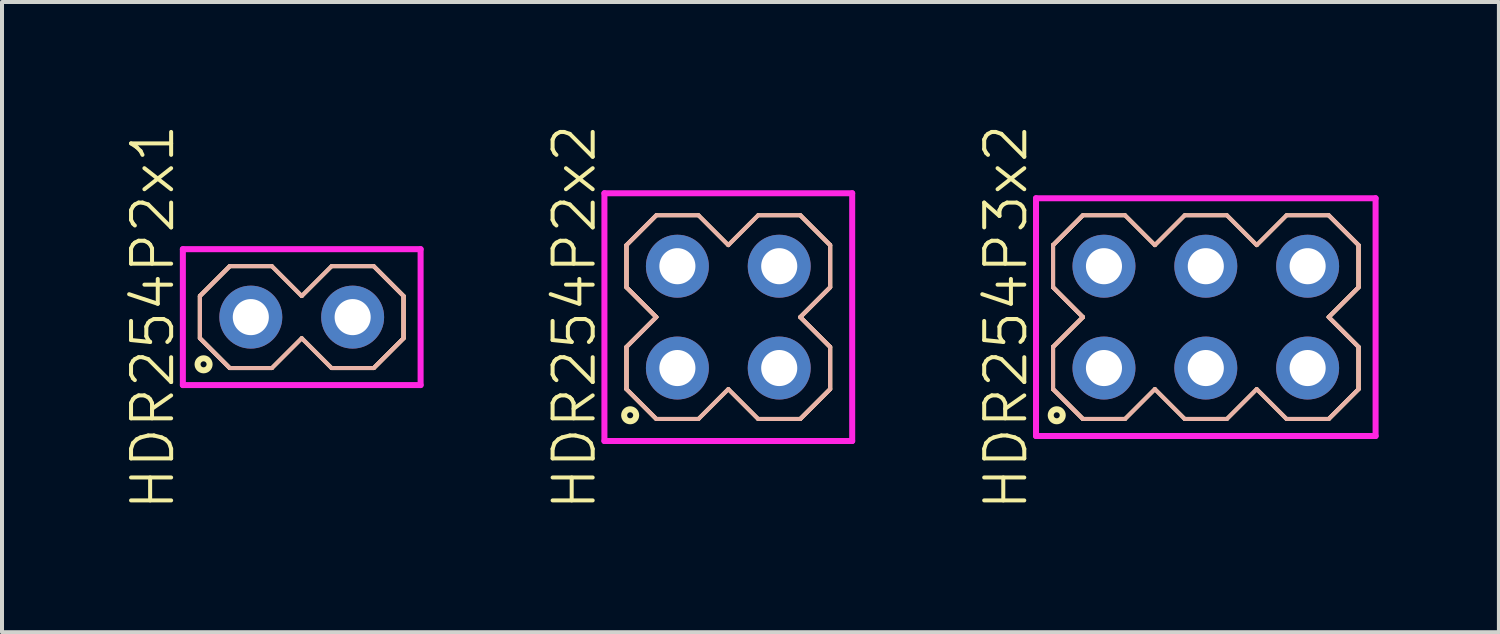
<source format=kicad_pcb>
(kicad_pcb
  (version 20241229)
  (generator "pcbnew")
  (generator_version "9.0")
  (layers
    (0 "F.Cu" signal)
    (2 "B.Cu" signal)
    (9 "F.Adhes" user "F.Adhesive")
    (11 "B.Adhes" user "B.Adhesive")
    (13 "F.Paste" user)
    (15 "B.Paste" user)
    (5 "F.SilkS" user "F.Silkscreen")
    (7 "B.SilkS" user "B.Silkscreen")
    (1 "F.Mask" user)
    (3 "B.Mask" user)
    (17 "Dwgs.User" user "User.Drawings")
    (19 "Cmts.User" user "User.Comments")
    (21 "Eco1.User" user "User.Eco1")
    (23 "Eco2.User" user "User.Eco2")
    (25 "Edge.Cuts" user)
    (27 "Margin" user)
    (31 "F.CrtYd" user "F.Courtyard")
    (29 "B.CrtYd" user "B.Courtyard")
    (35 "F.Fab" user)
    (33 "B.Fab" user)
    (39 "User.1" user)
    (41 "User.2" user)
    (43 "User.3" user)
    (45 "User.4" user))
  (footprint "HDR254P2x1"
    (layer "F.Cu")
    (at 4.476 4.86)
    (property "Reference" "HDR254P2x1" (at -3.715 0 90) (layer "F.SilkS") (effects (font (size 1 1) (thickness 0.1))))
    (attr through_hole)
    (fp_line (start -2.54 -0.526) (end -1.796 -1.27) (stroke (width 0.1) (type solid)) (layer "F.SilkS"))
    (fp_line (start -2.54 -0.526) (end -1.796 -1.27) (stroke (width 0.1) (type solid)) (layer "F.SilkS"))
    (fp_line (start -2.54 0.526) (end -2.54 -0.526) (stroke (width 0.1) (type solid)) (layer "F.SilkS"))
    (fp_line (start -2.54 0.526) (end -2.54 -0.526) (stroke (width 0.1) (type solid)) (layer "F.SilkS"))
    (fp_line (start -1.796 -1.27) (end -0.744 -1.27) (stroke (width 0.1) (type solid)) (layer "F.SilkS"))
    (fp_line (start -1.796 1.27) (end -2.54 0.526) (stroke (width 0.1) (type solid)) (layer "F.SilkS"))
    (fp_line (start -1.796 1.27) (end -2.54 0.526) (stroke (width 0.1) (type solid)) (layer "F.SilkS"))
    (fp_line (start -0.744 -1.27) (end 0 -0.526) (stroke (width 0.1) (type solid)) (layer "F.SilkS"))
    (fp_line (start -0.744 1.27) (end -1.796 1.27) (stroke (width 0.1) (type solid)) (layer "F.SilkS"))
    (fp_line (start 0 -0.526) (end 0.744 -1.27) (stroke (width 0.1) (type solid)) (layer "F.SilkS"))
    (fp_line (start 0 0.526) (end -0.744 1.27) (stroke (width 0.1) (type solid)) (layer "F.SilkS"))
    (fp_line (start 0.744 -1.27) (end 1.796 -1.27) (stroke (width 0.1) (type solid)) (layer "F.SilkS"))
    (fp_line (start 0.744 1.27) (end 0 0.526) (stroke (width 0.1) (type solid)) (layer "F.SilkS"))
    (fp_line (start 1.796 -1.27) (end 2.54 -0.526) (stroke (width 0.1) (type solid)) (layer "F.SilkS"))
    (fp_line (start 1.796 -1.27) (end 2.54 -0.526) (stroke (width 0.1) (type solid)) (layer "F.SilkS"))
    (fp_line (start 1.796 1.27) (end 0.744 1.27) (stroke (width 0.1) (type solid)) (layer "F.SilkS"))
    (fp_line (start 2.54 -0.526) (end 2.54 0.526) (stroke (width 0.1) (type solid)) (layer "F.SilkS"))
    (fp_line (start 2.54 -0.526) (end 2.54 0.526) (stroke (width 0.1) (type solid)) (layer "F.SilkS"))
    (fp_line (start 2.54 0.526) (end 1.796 1.27) (stroke (width 0.1) (type solid)) (layer "F.SilkS"))
    (fp_line (start 2.54 0.526) (end 1.796 1.27) (stroke (width 0.1) (type solid)) (layer "F.SilkS"))
    (fp_circle (center -2.448 1.177) (end -2.298 1.177) (stroke (width 0.15) (type solid)) (fill no) (layer "F.SilkS"))
    (fp_line (start -2.54 -0.526) (end -1.796 -1.27) (stroke (width 0.1) (type solid)) (layer "B.SilkS"))
    (fp_line (start -2.54 -0.526) (end -1.796 -1.27) (stroke (width 0.1) (type solid)) (layer "B.SilkS"))
    (fp_line (start -2.54 0.526) (end -2.54 -0.526) (stroke (width 0.1) (type solid)) (layer "B.SilkS"))
    (fp_line (start -2.54 0.526) (end -2.54 -0.526) (stroke (width 0.1) (type solid)) (layer "B.SilkS"))
    (fp_line (start -1.796 -1.27) (end -0.744 -1.27) (stroke (width 0.1) (type solid)) (layer "B.SilkS"))
    (fp_line (start -1.796 1.27) (end -2.54 0.526) (stroke (width 0.1) (type solid)) (layer "B.SilkS"))
    (fp_line (start -1.796 1.27) (end -2.54 0.526) (stroke (width 0.1) (type solid)) (layer "B.SilkS"))
    (fp_line (start -0.744 -1.27) (end 0 -0.526) (stroke (width 0.1) (type solid)) (layer "B.SilkS"))
    (fp_line (start -0.744 1.27) (end -1.796 1.27) (stroke (width 0.1) (type solid)) (layer "B.SilkS"))
    (fp_line (start 0 -0.526) (end 0.744 -1.27) (stroke (width 0.1) (type solid)) (layer "B.SilkS"))
    (fp_line (start 0 0.526) (end -0.744 1.27) (stroke (width 0.1) (type solid)) (layer "B.SilkS"))
    (fp_line (start 0.744 -1.27) (end 1.796 -1.27) (stroke (width 0.1) (type solid)) (layer "B.SilkS"))
    (fp_line (start 0.744 1.27) (end 0 0.526) (stroke (width 0.1) (type solid)) (layer "B.SilkS"))
    (fp_line (start 1.796 -1.27) (end 2.54 -0.526) (stroke (width 0.1) (type solid)) (layer "B.SilkS"))
    (fp_line (start 1.796 -1.27) (end 2.54 -0.526) (stroke (width 0.1) (type solid)) (layer "B.SilkS"))
    (fp_line (start 1.796 1.27) (end 0.744 1.27) (stroke (width 0.1) (type solid)) (layer "B.SilkS"))
    (fp_line (start 2.54 -0.526) (end 2.54 0.526) (stroke (width 0.1) (type solid)) (layer "B.SilkS"))
    (fp_line (start 2.54 -0.526) (end 2.54 0.526) (stroke (width 0.1) (type solid)) (layer "B.SilkS"))
    (fp_line (start 2.54 0.526) (end 1.796 1.27) (stroke (width 0.1) (type solid)) (layer "B.SilkS"))
    (fp_line (start 2.54 0.526) (end 1.796 1.27) (stroke (width 0.1) (type solid)) (layer "B.SilkS"))
    (fp_line (start -2.965 -1.695) (end -2.965 1.695) (stroke (width 0.15) (type solid)) (layer "F.CrtYd"))
    (fp_line (start -2.965 1.695) (end 2.965 1.695) (stroke (width 0.15) (type solid)) (layer "F.CrtYd"))
    (fp_line (start 2.965 -1.695) (end -2.965 -1.695) (stroke (width 0.15) (type solid)) (layer "F.CrtYd"))
    (fp_line (start 2.965 1.695) (end 2.965 -1.695) (stroke (width 0.15) (type solid)) (layer "F.CrtYd"))
    (pad "1" thru_hole oval (at -1.27 0) (size 1.57 1.57) (drill 0.9) (layers "*.Cu" "*.Mask"))
    (pad "2" thru_hole oval (at 1.27 0) (size 1.57 1.57) (drill 0.9) (layers "*.Cu" "*.Mask")))
  (footprint "HDR254P3x2"
    (layer "F.Cu")
    (at 27.026 4.86)
    (property "Reference" "HDR254P3x2" (at -4.985 0 90) (layer "F.SilkS") (effects (font (size 1 1) (thickness 0.1))))
    (attr through_hole)
    (fp_line (start -3.81 -1.796) (end -3.066 -2.54) (stroke (width 0.1) (type solid)) (layer "F.SilkS"))
    (fp_line (start -3.81 -1.796) (end -3.066 -2.54) (stroke (width 0.1) (type solid)) (layer "F.SilkS"))
    (fp_line (start -3.81 -0.744) (end -3.81 -1.796) (stroke (width 0.1) (type solid)) (layer "F.SilkS"))
    (fp_line (start -3.81 -0.744) (end -3.81 -1.796) (stroke (width 0.1) (type solid)) (layer "F.SilkS"))
    (fp_line (start -3.81 0.744) (end -3.066 0) (stroke (width 0.1) (type solid)) (layer "F.SilkS"))
    (fp_line (start -3.81 0.744) (end -3.066 0) (stroke (width 0.1) (type solid)) (layer "F.SilkS"))
    (fp_line (start -3.81 1.796) (end -3.81 0.744) (stroke (width 0.1) (type solid)) (layer "F.SilkS"))
    (fp_line (start -3.81 1.796) (end -3.81 0.744) (stroke (width 0.1) (type solid)) (layer "F.SilkS"))
    (fp_line (start -3.066 -2.54) (end -2.014 -2.54) (stroke (width 0.1) (type solid)) (layer "F.SilkS"))
    (fp_line (start -3.066 0) (end -3.81 -0.744) (stroke (width 0.1) (type solid)) (layer "F.SilkS"))
    (fp_line (start -3.066 0) (end -3.81 -0.744) (stroke (width 0.1) (type solid)) (layer "F.SilkS"))
    (fp_line (start -3.066 2.54) (end -3.81 1.796) (stroke (width 0.1) (type solid)) (layer "F.SilkS"))
    (fp_line (start -3.066 2.54) (end -3.81 1.796) (stroke (width 0.1) (type solid)) (layer "F.SilkS"))
    (fp_line (start -2.014 -2.54) (end -1.27 -1.796) (stroke (width 0.1) (type solid)) (layer "F.SilkS"))
    (fp_line (start -2.014 2.54) (end -3.066 2.54) (stroke (width 0.1) (type solid)) (layer "F.SilkS"))
    (fp_line (start -1.27 -1.796) (end -0.526 -2.54) (stroke (width 0.1) (type solid)) (layer "F.SilkS"))
    (fp_line (start -1.27 1.796) (end -2.014 2.54) (stroke (width 0.1) (type solid)) (layer "F.SilkS"))
    (fp_line (start -0.526 -2.54) (end 0.526 -2.54) (stroke (width 0.1) (type solid)) (layer "F.SilkS"))
    (fp_line (start -0.526 2.54) (end -1.27 1.796) (stroke (width 0.1) (type solid)) (layer "F.SilkS"))
    (fp_line (start 0.526 -2.54) (end 1.27 -1.796) (stroke (width 0.1) (type solid)) (layer "F.SilkS"))
    (fp_line (start 0.526 2.54) (end -0.526 2.54) (stroke (width 0.1) (type solid)) (layer "F.SilkS"))
    (fp_line (start 1.27 -1.796) (end 2.014 -2.54) (stroke (width 0.1) (type solid)) (layer "F.SilkS"))
    (fp_line (start 1.27 1.796) (end 0.526 2.54) (stroke (width 0.1) (type solid)) (layer "F.SilkS"))
    (fp_line (start 2.014 -2.54) (end 3.066 -2.54) (stroke (width 0.1) (type solid)) (layer "F.SilkS"))
    (fp_line (start 2.014 2.54) (end 1.27 1.796) (stroke (width 0.1) (type solid)) (layer "F.SilkS"))
    (fp_line (start 3.066 -2.54) (end 3.81 -1.796) (stroke (width 0.1) (type solid)) (layer "F.SilkS"))
    (fp_line (start 3.066 -2.54) (end 3.81 -1.796) (stroke (width 0.1) (type solid)) (layer "F.SilkS"))
    (fp_line (start 3.066 0) (end 3.81 0.744) (stroke (width 0.1) (type solid)) (layer "F.SilkS"))
    (fp_line (start 3.066 0) (end 3.81 0.744) (stroke (width 0.1) (type solid)) (layer "F.SilkS"))
    (fp_line (start 3.066 2.54) (end 2.014 2.54) (stroke (width 0.1) (type solid)) (layer "F.SilkS"))
    (fp_line (start 3.81 -1.796) (end 3.81 -0.744) (stroke (width 0.1) (type solid)) (layer "F.SilkS"))
    (fp_line (start 3.81 -1.796) (end 3.81 -0.744) (stroke (width 0.1) (type solid)) (layer "F.SilkS"))
    (fp_line (start 3.81 -0.744) (end 3.066 0) (stroke (width 0.1) (type solid)) (layer "F.SilkS"))
    (fp_line (start 3.81 -0.744) (end 3.066 0) (stroke (width 0.1) (type solid)) (layer "F.SilkS"))
    (fp_line (start 3.81 0.744) (end 3.81 1.796) (stroke (width 0.1) (type solid)) (layer "F.SilkS"))
    (fp_line (start 3.81 0.744) (end 3.81 1.796) (stroke (width 0.1) (type solid)) (layer "F.SilkS"))
    (fp_line (start 3.81 1.796) (end 3.066 2.54) (stroke (width 0.1) (type solid)) (layer "F.SilkS"))
    (fp_line (start 3.81 1.796) (end 3.066 2.54) (stroke (width 0.1) (type solid)) (layer "F.SilkS"))
    (fp_circle (center -3.718 2.448) (end -3.568 2.448) (stroke (width 0.15) (type solid)) (fill no) (layer "F.SilkS"))
    (fp_line (start -3.81 -1.796) (end -3.066 -2.54) (stroke (width 0.1) (type solid)) (layer "B.SilkS"))
    (fp_line (start -3.81 -1.796) (end -3.066 -2.54) (stroke (width 0.1) (type solid)) (layer "B.SilkS"))
    (fp_line (start -3.81 -0.744) (end -3.81 -1.796) (stroke (width 0.1) (type solid)) (layer "B.SilkS"))
    (fp_line (start -3.81 -0.744) (end -3.81 -1.796) (stroke (width 0.1) (type solid)) (layer "B.SilkS"))
    (fp_line (start -3.81 0.744) (end -3.066 0) (stroke (width 0.1) (type solid)) (layer "B.SilkS"))
    (fp_line (start -3.81 0.744) (end -3.066 0) (stroke (width 0.1) (type solid)) (layer "B.SilkS"))
    (fp_line (start -3.81 1.796) (end -3.81 0.744) (stroke (width 0.1) (type solid)) (layer "B.SilkS"))
    (fp_line (start -3.81 1.796) (end -3.81 0.744) (stroke (width 0.1) (type solid)) (layer "B.SilkS"))
    (fp_line (start -3.066 -2.54) (end -2.014 -2.54) (stroke (width 0.1) (type solid)) (layer "B.SilkS"))
    (fp_line (start -3.066 0) (end -3.81 -0.744) (stroke (width 0.1) (type solid)) (layer "B.SilkS"))
    (fp_line (start -3.066 0) (end -3.81 -0.744) (stroke (width 0.1) (type solid)) (layer "B.SilkS"))
    (fp_line (start -3.066 2.54) (end -3.81 1.796) (stroke (width 0.1) (type solid)) (layer "B.SilkS"))
    (fp_line (start -3.066 2.54) (end -3.81 1.796) (stroke (width 0.1) (type solid)) (layer "B.SilkS"))
    (fp_line (start -2.014 -2.54) (end -1.27 -1.796) (stroke (width 0.1) (type solid)) (layer "B.SilkS"))
    (fp_line (start -2.014 2.54) (end -3.066 2.54) (stroke (width 0.1) (type solid)) (layer "B.SilkS"))
    (fp_line (start -1.27 -1.796) (end -0.526 -2.54) (stroke (width 0.1) (type solid)) (layer "B.SilkS"))
    (fp_line (start -1.27 1.796) (end -2.014 2.54) (stroke (width 0.1) (type solid)) (layer "B.SilkS"))
    (fp_line (start -0.526 -2.54) (end 0.526 -2.54) (stroke (width 0.1) (type solid)) (layer "B.SilkS"))
    (fp_line (start -0.526 2.54) (end -1.27 1.796) (stroke (width 0.1) (type solid)) (layer "B.SilkS"))
    (fp_line (start 0.526 -2.54) (end 1.27 -1.796) (stroke (width 0.1) (type solid)) (layer "B.SilkS"))
    (fp_line (start 0.526 2.54) (end -0.526 2.54) (stroke (width 0.1) (type solid)) (layer "B.SilkS"))
    (fp_line (start 1.27 -1.796) (end 2.014 -2.54) (stroke (width 0.1) (type solid)) (layer "B.SilkS"))
    (fp_line (start 1.27 1.796) (end 0.526 2.54) (stroke (width 0.1) (type solid)) (layer "B.SilkS"))
    (fp_line (start 2.014 -2.54) (end 3.066 -2.54) (stroke (width 0.1) (type solid)) (layer "B.SilkS"))
    (fp_line (start 2.014 2.54) (end 1.27 1.796) (stroke (width 0.1) (type solid)) (layer "B.SilkS"))
    (fp_line (start 3.066 -2.54) (end 3.81 -1.796) (stroke (width 0.1) (type solid)) (layer "B.SilkS"))
    (fp_line (start 3.066 -2.54) (end 3.81 -1.796) (stroke (width 0.1) (type solid)) (layer "B.SilkS"))
    (fp_line (start 3.066 0) (end 3.81 0.744) (stroke (width 0.1) (type solid)) (layer "B.SilkS"))
    (fp_line (start 3.066 0) (end 3.81 0.744) (stroke (width 0.1) (type solid)) (layer "B.SilkS"))
    (fp_line (start 3.066 2.54) (end 2.014 2.54) (stroke (width 0.1) (type solid)) (layer "B.SilkS"))
    (fp_line (start 3.81 -1.796) (end 3.81 -0.744) (stroke (width 0.1) (type solid)) (layer "B.SilkS"))
    (fp_line (start 3.81 -1.796) (end 3.81 -0.744) (stroke (width 0.1) (type solid)) (layer "B.SilkS"))
    (fp_line (start 3.81 -0.744) (end 3.066 0) (stroke (width 0.1) (type solid)) (layer "B.SilkS"))
    (fp_line (start 3.81 -0.744) (end 3.066 0) (stroke (width 0.1) (type solid)) (layer "B.SilkS"))
    (fp_line (start 3.81 0.744) (end 3.81 1.796) (stroke (width 0.1) (type solid)) (layer "B.SilkS"))
    (fp_line (start 3.81 0.744) (end 3.81 1.796) (stroke (width 0.1) (type solid)) (layer "B.SilkS"))
    (fp_line (start 3.81 1.796) (end 3.066 2.54) (stroke (width 0.1) (type solid)) (layer "B.SilkS"))
    (fp_line (start 3.81 1.796) (end 3.066 2.54) (stroke (width 0.1) (type solid)) (layer "B.SilkS"))
    (fp_line (start -4.235 -2.965) (end -4.235 2.965) (stroke (width 0.15) (type solid)) (layer "F.CrtYd"))
    (fp_line (start -4.235 2.965) (end 4.235 2.965) (stroke (width 0.15) (type solid)) (layer "F.CrtYd"))
    (fp_line (start 4.235 -2.965) (end -4.235 -2.965) (stroke (width 0.15) (type solid)) (layer "F.CrtYd"))
    (fp_line (start 4.235 2.965) (end 4.235 -2.965) (stroke (width 0.15) (type solid)) (layer "F.CrtYd"))
    (pad "1" thru_hole oval (at -2.54 1.27) (size 1.57 1.57) (drill 0.9) (layers "*.Cu" "*.Mask"))
    (pad "2" thru_hole oval (at -2.54 -1.27) (size 1.57 1.57) (drill 0.9) (layers "*.Cu" "*.Mask"))
    (pad "3" thru_hole oval (at 0 1.27) (size 1.57 1.57) (drill 0.9) (layers "*.Cu" "*.Mask"))
    (pad "4" thru_hole oval (at 0 -1.27) (size 1.57 1.57) (drill 0.9) (layers "*.Cu" "*.Mask"))
    (pad "5" thru_hole oval (at 2.54 1.27) (size 1.57 1.57) (drill 0.9) (layers "*.Cu" "*.Mask"))
    (pad "6" thru_hole oval (at 2.54 -1.27) (size 1.57 1.57) (drill 0.9) (layers "*.Cu" "*.Mask")))
  (footprint "HDR254P2x2"
    (layer "F.Cu")
    (at 15.116 4.86)
    (property "Reference" "HDR254P2x2" (at -3.84 0 90) (layer "F.SilkS") (effects (font (size 1 1) (thickness 0.1))))
    (attr through_hole)
    (fp_line (start -2.54 -1.796) (end -1.796 -2.54) (stroke (width 0.1) (type solid)) (layer "F.SilkS"))
    (fp_line (start -2.54 -1.796) (end -1.796 -2.54) (stroke (width 0.1) (type solid)) (layer "F.SilkS"))
    (fp_line (start -2.54 -0.744) (end -2.54 -1.796) (stroke (width 0.1) (type solid)) (layer "F.SilkS"))
    (fp_line (start -2.54 -0.744) (end -2.54 -1.796) (stroke (width 0.1) (type solid)) (layer "F.SilkS"))
    (fp_line (start -2.54 0.744) (end -1.796 0) (stroke (width 0.1) (type solid)) (layer "F.SilkS"))
    (fp_line (start -2.54 0.744) (end -1.796 0) (stroke (width 0.1) (type solid)) (layer "F.SilkS"))
    (fp_line (start -2.54 1.796) (end -2.54 0.744) (stroke (width 0.1) (type solid)) (layer "F.SilkS"))
    (fp_line (start -2.54 1.796) (end -2.54 0.744) (stroke (width 0.1) (type solid)) (layer "F.SilkS"))
    (fp_line (start -1.796 -2.54) (end -0.744 -2.54) (stroke (width 0.1) (type solid)) (layer "F.SilkS"))
    (fp_line (start -1.796 0) (end -2.54 -0.744) (stroke (width 0.1) (type solid)) (layer "F.SilkS"))
    (fp_line (start -1.796 0) (end -2.54 -0.744) (stroke (width 0.1) (type solid)) (layer "F.SilkS"))
    (fp_line (start -1.796 2.54) (end -2.54 1.796) (stroke (width 0.1) (type solid)) (layer "F.SilkS"))
    (fp_line (start -1.796 2.54) (end -2.54 1.796) (stroke (width 0.1) (type solid)) (layer "F.SilkS"))
    (fp_line (start -0.744 -2.54) (end 0 -1.796) (stroke (width 0.1) (type solid)) (layer "F.SilkS"))
    (fp_line (start -0.744 2.54) (end -1.796 2.54) (stroke (width 0.1) (type solid)) (layer "F.SilkS"))
    (fp_line (start 0 -1.796) (end 0.744 -2.54) (stroke (width 0.1) (type solid)) (layer "F.SilkS"))
    (fp_line (start 0 1.796) (end -0.744 2.54) (stroke (width 0.1) (type solid)) (layer "F.SilkS"))
    (fp_line (start 0.744 -2.54) (end 1.796 -2.54) (stroke (width 0.1) (type solid)) (layer "F.SilkS"))
    (fp_line (start 0.744 2.54) (end 0 1.796) (stroke (width 0.1) (type solid)) (layer "F.SilkS"))
    (fp_line (start 1.796 -2.54) (end 2.54 -1.796) (stroke (width 0.1) (type solid)) (layer "F.SilkS"))
    (fp_line (start 1.796 -2.54) (end 2.54 -1.796) (stroke (width 0.1) (type solid)) (layer "F.SilkS"))
    (fp_line (start 1.796 0) (end 2.54 0.744) (stroke (width 0.1) (type solid)) (layer "F.SilkS"))
    (fp_line (start 1.796 0) (end 2.54 0.744) (stroke (width 0.1) (type solid)) (layer "F.SilkS"))
    (fp_line (start 1.796 2.54) (end 0.744 2.54) (stroke (width 0.1) (type solid)) (layer "F.SilkS"))
    (fp_line (start 2.54 -1.796) (end 2.54 -0.744) (stroke (width 0.1) (type solid)) (layer "F.SilkS"))
    (fp_line (start 2.54 -1.796) (end 2.54 -0.744) (stroke (width 0.1) (type solid)) (layer "F.SilkS"))
    (fp_line (start 2.54 -0.744) (end 1.796 0) (stroke (width 0.1) (type solid)) (layer "F.SilkS"))
    (fp_line (start 2.54 -0.744) (end 1.796 0) (stroke (width 0.1) (type solid)) (layer "F.SilkS"))
    (fp_line (start 2.54 0.744) (end 2.54 1.796) (stroke (width 0.1) (type solid)) (layer "F.SilkS"))
    (fp_line (start 2.54 0.744) (end 2.54 1.796) (stroke (width 0.1) (type solid)) (layer "F.SilkS"))
    (fp_line (start 2.54 1.796) (end 1.796 2.54) (stroke (width 0.1) (type solid)) (layer "F.SilkS"))
    (fp_line (start 2.54 1.796) (end 1.796 2.54) (stroke (width 0.1) (type solid)) (layer "F.SilkS"))
    (fp_circle (center -2.448 2.448) (end -2.298 2.448) (stroke (width 0.15) (type solid)) (fill no) (layer "F.SilkS"))
    (fp_line (start -2.54 -1.796) (end -1.796 -2.54) (stroke (width 0.1) (type solid)) (layer "B.SilkS"))
    (fp_line (start -2.54 -1.796) (end -1.796 -2.54) (stroke (width 0.1) (type solid)) (layer "B.SilkS"))
    (fp_line (start -2.54 -0.744) (end -2.54 -1.796) (stroke (width 0.1) (type solid)) (layer "B.SilkS"))
    (fp_line (start -2.54 -0.744) (end -2.54 -1.796) (stroke (width 0.1) (type solid)) (layer "B.SilkS"))
    (fp_line (start -2.54 0.744) (end -1.796 0) (stroke (width 0.1) (type solid)) (layer "B.SilkS"))
    (fp_line (start -2.54 0.744) (end -1.796 0) (stroke (width 0.1) (type solid)) (layer "B.SilkS"))
    (fp_line (start -2.54 1.796) (end -2.54 0.744) (stroke (width 0.1) (type solid)) (layer "B.SilkS"))
    (fp_line (start -2.54 1.796) (end -2.54 0.744) (stroke (width 0.1) (type solid)) (layer "B.SilkS"))
    (fp_line (start -1.796 -2.54) (end -0.744 -2.54) (stroke (width 0.1) (type solid)) (layer "B.SilkS"))
    (fp_line (start -1.796 0) (end -2.54 -0.744) (stroke (width 0.1) (type solid)) (layer "B.SilkS"))
    (fp_line (start -1.796 0) (end -2.54 -0.744) (stroke (width 0.1) (type solid)) (layer "B.SilkS"))
    (fp_line (start -1.796 2.54) (end -2.54 1.796) (stroke (width 0.1) (type solid)) (layer "B.SilkS"))
    (fp_line (start -1.796 2.54) (end -2.54 1.796) (stroke (width 0.1) (type solid)) (layer "B.SilkS"))
    (fp_line (start -0.744 -2.54) (end 0 -1.796) (stroke (width 0.1) (type solid)) (layer "B.SilkS"))
    (fp_line (start -0.744 2.54) (end -1.796 2.54) (stroke (width 0.1) (type solid)) (layer "B.SilkS"))
    (fp_line (start 0 -1.796) (end 0.744 -2.54) (stroke (width 0.1) (type solid)) (layer "B.SilkS"))
    (fp_line (start 0 1.796) (end -0.744 2.54) (stroke (width 0.1) (type solid)) (layer "B.SilkS"))
    (fp_line (start 0.744 -2.54) (end 1.796 -2.54) (stroke (width 0.1) (type solid)) (layer "B.SilkS"))
    (fp_line (start 0.744 2.54) (end 0 1.796) (stroke (width 0.1) (type solid)) (layer "B.SilkS"))
    (fp_line (start 1.796 -2.54) (end 2.54 -1.796) (stroke (width 0.1) (type solid)) (layer "B.SilkS"))
    (fp_line (start 1.796 -2.54) (end 2.54 -1.796) (stroke (width 0.1) (type solid)) (layer "B.SilkS"))
    (fp_line (start 1.796 0) (end 2.54 0.744) (stroke (width 0.1) (type solid)) (layer "B.SilkS"))
    (fp_line (start 1.796 0) (end 2.54 0.744) (stroke (width 0.1) (type solid)) (layer "B.SilkS"))
    (fp_line (start 1.796 2.54) (end 0.744 2.54) (stroke (width 0.1) (type solid)) (layer "B.SilkS"))
    (fp_line (start 2.54 -1.796) (end 2.54 -0.744) (stroke (width 0.1) (type solid)) (layer "B.SilkS"))
    (fp_line (start 2.54 -1.796) (end 2.54 -0.744) (stroke (width 0.1) (type solid)) (layer "B.SilkS"))
    (fp_line (start 2.54 -0.744) (end 1.796 0) (stroke (width 0.1) (type solid)) (layer "B.SilkS"))
    (fp_line (start 2.54 -0.744) (end 1.796 0) (stroke (width 0.1) (type solid)) (layer "B.SilkS"))
    (fp_line (start 2.54 0.744) (end 2.54 1.796) (stroke (width 0.1) (type solid)) (layer "B.SilkS"))
    (fp_line (start 2.54 0.744) (end 2.54 1.796) (stroke (width 0.1) (type solid)) (layer "B.SilkS"))
    (fp_line (start 2.54 1.796) (end 1.796 2.54) (stroke (width 0.1) (type solid)) (layer "B.SilkS"))
    (fp_line (start 2.54 1.796) (end 1.796 2.54) (stroke (width 0.1) (type solid)) (layer "B.SilkS"))
    (fp_line (start -3.09 -3.09) (end -3.09 3.09) (stroke (width 0.15) (type solid)) (layer "F.CrtYd"))
    (fp_line (start -3.09 3.09) (end 3.09 3.09) (stroke (width 0.15) (type solid)) (layer "F.CrtYd"))
    (fp_line (start 3.09 -3.09) (end -3.09 -3.09) (stroke (width 0.15) (type solid)) (layer "F.CrtYd"))
    (fp_line (start 3.09 3.09) (end 3.09 -3.09) (stroke (width 0.15) (type solid)) (layer "F.CrtYd"))
    (pad "1" thru_hole oval (at -1.27 1.27) (size 1.57 1.57) (drill 0.9) (layers "*.Cu"))
    (pad "2" thru_hole oval (at -1.27 -1.27) (size 1.57 1.57) (drill 0.9) (layers "*.Cu"))
    (pad "3" thru_hole oval (at 1.27 1.27) (size 1.57 1.57) (drill 0.9) (layers "*.Cu"))
    (pad "4" thru_hole oval (at 1.27 -1.27) (size 1.57 1.57) (drill 0.9) (layers "*.Cu")))
  (gr_rect
    (start -3 -3)
    (end 34.337 12.719)
    (stroke (width 0.1) (type default))
    (fill no)
    (layer "Edge.Cuts")))
</source>
